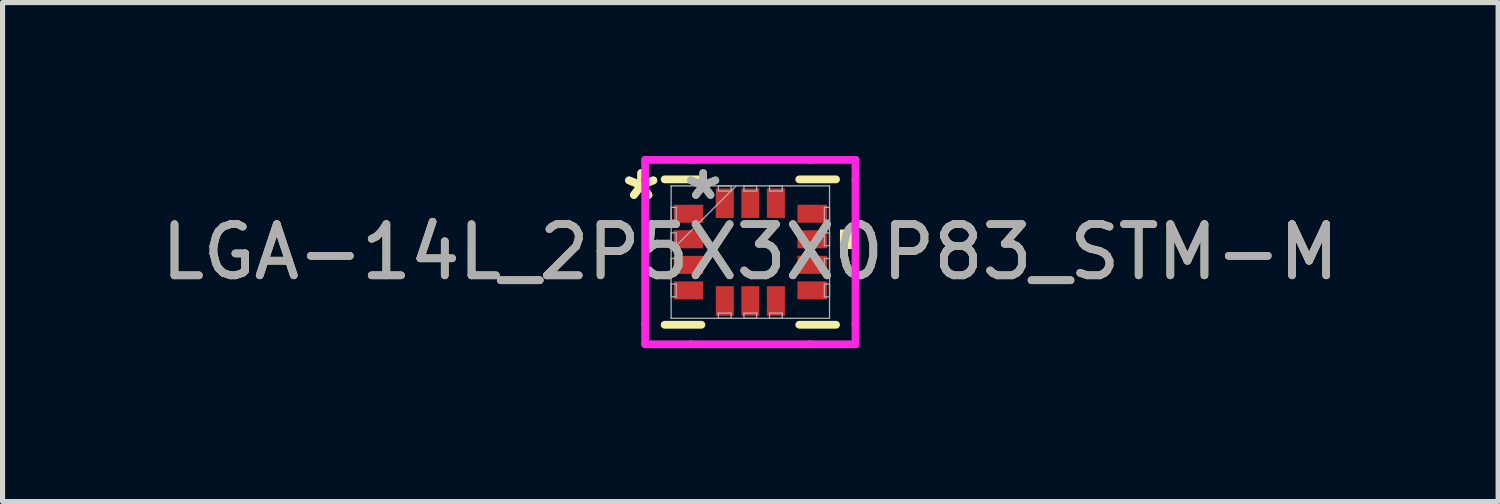
<source format=kicad_pcb>
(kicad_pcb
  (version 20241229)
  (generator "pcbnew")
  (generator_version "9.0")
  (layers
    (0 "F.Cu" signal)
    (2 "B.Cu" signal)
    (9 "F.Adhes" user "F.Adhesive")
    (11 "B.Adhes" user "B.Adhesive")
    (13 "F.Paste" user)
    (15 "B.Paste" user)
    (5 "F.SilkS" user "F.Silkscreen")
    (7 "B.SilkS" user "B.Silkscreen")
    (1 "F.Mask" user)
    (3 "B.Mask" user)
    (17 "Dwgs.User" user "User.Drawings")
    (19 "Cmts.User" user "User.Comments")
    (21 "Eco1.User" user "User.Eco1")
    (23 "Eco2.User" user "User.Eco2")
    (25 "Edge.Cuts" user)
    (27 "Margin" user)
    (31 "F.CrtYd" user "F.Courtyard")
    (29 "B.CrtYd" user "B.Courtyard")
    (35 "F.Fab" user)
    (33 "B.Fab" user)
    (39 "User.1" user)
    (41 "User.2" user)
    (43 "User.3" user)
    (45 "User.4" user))
  (footprint "LGA-14L_2P5X3X0P83_STM-M"
    (layer "F.Cu")
    (at 11.625 1.88)
    (property "Reference" "LGA-14L_2P5X3X0P83_STM-M" (at 0 0 0) (unlocked yes) (layer "F.SilkS") (effects (font (size 1 1) (thickness 0.15))))
    (attr smd)
    (fp_line (start -1.676 1.422) (end -0.957 1.422) (stroke (width 0.152) (type solid)) (layer "F.SilkS"))
    (fp_line (start -0.957 -1.422) (end -1.676 -1.422) (stroke (width 0.152) (type solid)) (layer "F.SilkS"))
    (fp_line (start 0.957 1.422) (end 1.676 1.422) (stroke (width 0.152) (type solid)) (layer "F.SilkS"))
    (fp_line (start 1.676 -1.422) (end 0.957 -1.422) (stroke (width 0.152) (type solid)) (layer "F.SilkS"))
    (fp_poly (pts (xy 2.007 -0.441) (xy 2.007 -0.059) (xy 1.753 -0.059) (xy 1.753 -0.441)) (stroke (width 0) (type solid)) (fill yes) (layer "F.SilkS"))
    (fp_line (start -2.057 -1.803) (end -1.158 -1.803) (stroke (width 0.152) (type solid)) (layer "F.CrtYd"))
    (fp_line (start -2.057 -1.408) (end -2.057 -1.803) (stroke (width 0.152) (type solid)) (layer "F.CrtYd"))
    (fp_line (start -2.057 -1.408) (end -2.057 -1.408) (stroke (width 0.152) (type solid)) (layer "F.CrtYd"))
    (fp_line (start -2.057 1.408) (end -2.057 -1.408) (stroke (width 0.152) (type solid)) (layer "F.CrtYd"))
    (fp_line (start -2.057 1.408) (end -2.057 1.408) (stroke (width 0.152) (type solid)) (layer "F.CrtYd"))
    (fp_line (start -2.057 1.803) (end -2.057 1.408) (stroke (width 0.152) (type solid)) (layer "F.CrtYd"))
    (fp_line (start -1.158 -1.803) (end -1.158 -1.803) (stroke (width 0.152) (type solid)) (layer "F.CrtYd"))
    (fp_line (start -1.158 -1.803) (end 1.158 -1.803) (stroke (width 0.152) (type solid)) (layer "F.CrtYd"))
    (fp_line (start -1.158 1.803) (end -2.057 1.803) (stroke (width 0.152) (type solid)) (layer "F.CrtYd"))
    (fp_line (start -1.158 1.803) (end -1.158 1.803) (stroke (width 0.152) (type solid)) (layer "F.CrtYd"))
    (fp_line (start 1.158 -1.803) (end 1.158 -1.803) (stroke (width 0.152) (type solid)) (layer "F.CrtYd"))
    (fp_line (start 1.158 -1.803) (end 2.057 -1.803) (stroke (width 0.152) (type solid)) (layer "F.CrtYd"))
    (fp_line (start 1.158 1.803) (end -1.158 1.803) (stroke (width 0.152) (type solid)) (layer "F.CrtYd"))
    (fp_line (start 1.158 1.803) (end 1.158 1.803) (stroke (width 0.152) (type solid)) (layer "F.CrtYd"))
    (fp_line (start 2.057 -1.803) (end 2.057 -1.408) (stroke (width 0.152) (type solid)) (layer "F.CrtYd"))
    (fp_line (start 2.057 -1.408) (end 2.057 -1.408) (stroke (width 0.152) (type solid)) (layer "F.CrtYd"))
    (fp_line (start 2.057 -1.408) (end 2.057 1.408) (stroke (width 0.152) (type solid)) (layer "F.CrtYd"))
    (fp_line (start 2.057 1.408) (end 2.057 1.408) (stroke (width 0.152) (type solid)) (layer "F.CrtYd"))
    (fp_line (start 2.057 1.408) (end 2.057 1.803) (stroke (width 0.152) (type solid)) (layer "F.CrtYd"))
    (fp_line (start 2.057 1.803) (end 1.158 1.803) (stroke (width 0.152) (type solid)) (layer "F.CrtYd"))
    (fp_line (start -1.549 -1.295) (end -1.549 -1.295) (stroke (width 0.025) (type solid)) (layer "F.Fab"))
    (fp_line (start -1.549 -1.295) (end -1.549 1.295) (stroke (width 0.025) (type solid)) (layer "F.Fab"))
    (fp_line (start -1.549 -0.875) (end -1.448 -0.875) (stroke (width 0.025) (type solid)) (layer "F.Fab"))
    (fp_line (start -1.549 -0.625) (end -1.549 -0.875) (stroke (width 0.025) (type solid)) (layer "F.Fab"))
    (fp_line (start -1.549 -0.375) (end -1.448 -0.375) (stroke (width 0.025) (type solid)) (layer "F.Fab"))
    (fp_line (start -1.549 -0.125) (end -1.549 -0.375) (stroke (width 0.025) (type solid)) (layer "F.Fab"))
    (fp_line (start -1.549 -0.025) (end -0.279 -1.295) (stroke (width 0.025) (type solid)) (layer "F.Fab"))
    (fp_line (start -1.549 0.125) (end -1.448 0.125) (stroke (width 0.025) (type solid)) (layer "F.Fab"))
    (fp_line (start -1.549 0.375) (end -1.549 0.125) (stroke (width 0.025) (type solid)) (layer "F.Fab"))
    (fp_line (start -1.549 0.625) (end -1.448 0.625) (stroke (width 0.025) (type solid)) (layer "F.Fab"))
    (fp_line (start -1.549 0.875) (end -1.549 0.625) (stroke (width 0.025) (type solid)) (layer "F.Fab"))
    (fp_line (start -1.549 1.295) (end -1.549 1.295) (stroke (width 0.025) (type solid)) (layer "F.Fab"))
    (fp_line (start -1.549 1.295) (end 1.549 1.295) (stroke (width 0.025) (type solid)) (layer "F.Fab"))
    (fp_line (start -1.448 -0.875) (end -1.448 -0.625) (stroke (width 0.025) (type solid)) (layer "F.Fab"))
    (fp_line (start -1.448 -0.625) (end -1.549 -0.625) (stroke (width 0.025) (type solid)) (layer "F.Fab"))
    (fp_line (start -1.448 -0.375) (end -1.448 -0.125) (stroke (width 0.025) (type solid)) (layer "F.Fab"))
    (fp_line (start -1.448 -0.125) (end -1.549 -0.125) (stroke (width 0.025) (type solid)) (layer "F.Fab"))
    (fp_line (start -1.448 0.125) (end -1.448 0.375) (stroke (width 0.025) (type solid)) (layer "F.Fab"))
    (fp_line (start -1.448 0.375) (end -1.549 0.375) (stroke (width 0.025) (type solid)) (layer "F.Fab"))
    (fp_line (start -1.448 0.625) (end -1.448 0.875) (stroke (width 0.025) (type solid)) (layer "F.Fab"))
    (fp_line (start -1.448 0.875) (end -1.549 0.875) (stroke (width 0.025) (type solid)) (layer "F.Fab"))
    (fp_line (start -0.625 -1.295) (end -0.375 -1.295) (stroke (width 0.025) (type solid)) (layer "F.Fab"))
    (fp_line (start -0.625 -1.194) (end -0.625 -1.295) (stroke (width 0.025) (type solid)) (layer "F.Fab"))
    (fp_line (start -0.625 1.194) (end -0.375 1.194) (stroke (width 0.025) (type solid)) (layer "F.Fab"))
    (fp_line (start -0.625 1.295) (end -0.625 1.194) (stroke (width 0.025) (type solid)) (layer "F.Fab"))
    (fp_line (start -0.375 -1.295) (end -0.375 -1.194) (stroke (width 0.025) (type solid)) (layer "F.Fab"))
    (fp_line (start -0.375 -1.194) (end -0.625 -1.194) (stroke (width 0.025) (type solid)) (layer "F.Fab"))
    (fp_line (start -0.375 1.194) (end -0.375 1.295) (stroke (width 0.025) (type solid)) (layer "F.Fab"))
    (fp_line (start -0.375 1.295) (end -0.625 1.295) (stroke (width 0.025) (type solid)) (layer "F.Fab"))
    (fp_line (start -0.125 -1.295) (end 0.125 -1.295) (stroke (width 0.025) (type solid)) (layer "F.Fab"))
    (fp_line (start -0.125 -1.194) (end -0.125 -1.295) (stroke (width 0.025) (type solid)) (layer "F.Fab"))
    (fp_line (start -0.125 1.194) (end 0.125 1.194) (stroke (width 0.025) (type solid)) (layer "F.Fab"))
    (fp_line (start -0.125 1.295) (end -0.125 1.194) (stroke (width 0.025) (type solid)) (layer "F.Fab"))
    (fp_line (start 0.125 -1.295) (end 0.125 -1.194) (stroke (width 0.025) (type solid)) (layer "F.Fab"))
    (fp_line (start 0.125 -1.194) (end -0.125 -1.194) (stroke (width 0.025) (type solid)) (layer "F.Fab"))
    (fp_line (start 0.125 1.194) (end 0.125 1.295) (stroke (width 0.025) (type solid)) (layer "F.Fab"))
    (fp_line (start 0.125 1.295) (end -0.125 1.295) (stroke (width 0.025) (type solid)) (layer "F.Fab"))
    (fp_line (start 0.375 -1.295) (end 0.625 -1.295) (stroke (width 0.025) (type solid)) (layer "F.Fab"))
    (fp_line (start 0.375 -1.194) (end 0.375 -1.295) (stroke (width 0.025) (type solid)) (layer "F.Fab"))
    (fp_line (start 0.375 1.194) (end 0.625 1.194) (stroke (width 0.025) (type solid)) (layer "F.Fab"))
    (fp_line (start 0.375 1.295) (end 0.375 1.194) (stroke (width 0.025) (type solid)) (layer "F.Fab"))
    (fp_line (start 0.625 -1.295) (end 0.625 -1.194) (stroke (width 0.025) (type solid)) (layer "F.Fab"))
    (fp_line (start 0.625 -1.194) (end 0.375 -1.194) (stroke (width 0.025) (type solid)) (layer "F.Fab"))
    (fp_line (start 0.625 1.194) (end 0.625 1.295) (stroke (width 0.025) (type solid)) (layer "F.Fab"))
    (fp_line (start 0.625 1.295) (end 0.375 1.295) (stroke (width 0.025) (type solid)) (layer "F.Fab"))
    (fp_line (start 1.448 -0.875) (end 1.549 -0.875) (stroke (width 0.025) (type solid)) (layer "F.Fab"))
    (fp_line (start 1.448 -0.625) (end 1.448 -0.875) (stroke (width 0.025) (type solid)) (layer "F.Fab"))
    (fp_line (start 1.448 -0.375) (end 1.549 -0.375) (stroke (width 0.025) (type solid)) (layer "F.Fab"))
    (fp_line (start 1.448 -0.125) (end 1.448 -0.375) (stroke (width 0.025) (type solid)) (layer "F.Fab"))
    (fp_line (start 1.448 0.125) (end 1.549 0.125) (stroke (width 0.025) (type solid)) (layer "F.Fab"))
    (fp_line (start 1.448 0.375) (end 1.448 0.125) (stroke (width 0.025) (type solid)) (layer "F.Fab"))
    (fp_line (start 1.448 0.625) (end 1.549 0.625) (stroke (width 0.025) (type solid)) (layer "F.Fab"))
    (fp_line (start 1.448 0.875) (end 1.448 0.625) (stroke (width 0.025) (type solid)) (layer "F.Fab"))
    (fp_line (start 1.549 -1.295) (end -1.549 -1.295) (stroke (width 0.025) (type solid)) (layer "F.Fab"))
    (fp_line (start 1.549 -1.295) (end 1.549 -1.295) (stroke (width 0.025) (type solid)) (layer "F.Fab"))
    (fp_line (start 1.549 -0.875) (end 1.549 -0.625) (stroke (width 0.025) (type solid)) (layer "F.Fab"))
    (fp_line (start 1.549 -0.625) (end 1.448 -0.625) (stroke (width 0.025) (type solid)) (layer "F.Fab"))
    (fp_line (start 1.549 -0.375) (end 1.549 -0.125) (stroke (width 0.025) (type solid)) (layer "F.Fab"))
    (fp_line (start 1.549 -0.125) (end 1.448 -0.125) (stroke (width 0.025) (type solid)) (layer "F.Fab"))
    (fp_line (start 1.549 0.125) (end 1.549 0.375) (stroke (width 0.025) (type solid)) (layer "F.Fab"))
    (fp_line (start 1.549 0.375) (end 1.448 0.375) (stroke (width 0.025) (type solid)) (layer "F.Fab"))
    (fp_line (start 1.549 0.625) (end 1.549 0.875) (stroke (width 0.025) (type solid)) (layer "F.Fab"))
    (fp_line (start 1.549 0.875) (end 1.448 0.875) (stroke (width 0.025) (type solid)) (layer "F.Fab"))
    (fp_line (start 1.549 1.295) (end 1.549 -1.295) (stroke (width 0.025) (type solid)) (layer "F.Fab"))
    (fp_line (start 1.549 1.295) (end 1.549 1.295) (stroke (width 0.025) (type solid)) (layer "F.Fab"))
    (fp_text user "*" (at -2.134 -1 0) (unlocked yes) (layer "F.SilkS") (effects (font (size 1 1) (thickness 0.15))))
    (fp_text user "*" (at -2.134 -1 0) (layer "F.SilkS") (effects (font (size 1 1) (thickness 0.15))))
    (fp_text user "*" (at -0.922 -1 0) (layer "F.Fab") (effects (font (size 1 1) (thickness 0.15))))
    (fp_text user "${REFERENCE}" (at 0 0 0) (unlocked yes) (layer "F.Fab") (effects (font (size 1 1) (thickness 0.15))))
    (fp_text user "*" (at -0.922 -1 0) (unlocked yes) (layer "F.Fab") (effects (font (size 1 1) (thickness 0.15))))
    (pad "1" smd rect (at -1.21 -0.75 90) (size 0.352 0.577) (layers "F.Cu" "F.Mask" "F.Paste"))
    (pad "2" smd rect (at -1.21 -0.25 90) (size 0.352 0.577) (layers "F.Cu" "F.Mask" "F.Paste"))
    (pad "3" smd rect (at -1.21 0.25 90) (size 0.352 0.577) (layers "F.Cu" "F.Mask" "F.Paste"))
    (pad "4" smd rect (at -1.21 0.75 90) (size 0.352 0.577) (layers "F.Cu" "F.Mask" "F.Paste"))
    (pad "5" smd rect (at -0.5 0.956) (size 0.352 0.577) (layers "F.Cu" "F.Mask" "F.Paste"))
    (pad "6" smd rect (at 0 0.956) (size 0.352 0.577) (layers "F.Cu" "F.Mask" "F.Paste"))
    (pad "7" smd rect (at 0.5 0.956) (size 0.352 0.577) (layers "F.Cu" "F.Mask" "F.Paste"))
    (pad "8" smd rect (at 1.21 0.75 90) (size 0.352 0.577) (layers "F.Cu" "F.Mask" "F.Paste"))
    (pad "9" smd rect (at 1.21 0.25 90) (size 0.352 0.577) (layers "F.Cu" "F.Mask" "F.Paste"))
    (pad "10" smd rect (at 1.21 -0.25 90) (size 0.352 0.577) (layers "F.Cu" "F.Mask" "F.Paste"))
    (pad "11" smd rect (at 1.21 -0.75 90) (size 0.352 0.577) (layers "F.Cu" "F.Mask" "F.Paste"))
    (pad "12" smd rect (at 0.5 -0.956) (size 0.352 0.577) (layers "F.Cu" "F.Mask" "F.Paste"))
    (pad "13" smd rect (at 0 -0.956) (size 0.352 0.577) (layers "F.Cu" "F.Mask" "F.Paste"))
    (pad "14" smd rect (at -0.5 -0.956) (size 0.352 0.577) (layers "F.Cu" "F.Mask" "F.Paste")))
  (gr_rect
    (start -3 -3)
    (end 26.25 6.759)
    (stroke (width 0.1) (type default))
    (fill no)
    (layer "Edge.Cuts")))
</source>
